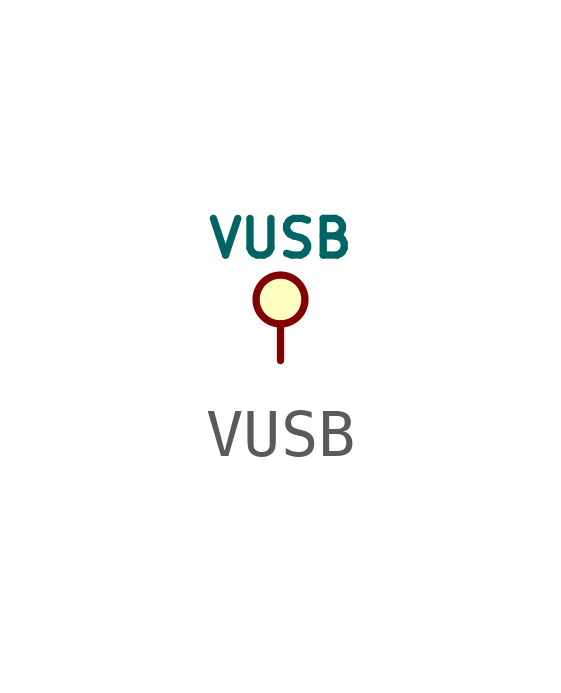
<source format=kicad_sym>
(kicad_symbol_lib
  (version 20231120)
  (generator "kicad_symbol_editor")
  (generator_version "8.0")
  (symbol "VUSB"
    (power)
    (pin_names
      (offset 0))
    (property "Reference" "#PWR"
      (at 0 2.54 0)
      (effects (font (size 0.762 0.762)) (hide yes)))
    (property "Value" "VUSB"
      (at 0 2.54 0)
      (effects (font (size 0.762 0.762))))
    (property "Footprint" ""
      (at 0 0 0)
      (effects (font (size 1.524 1.524))))
    (property "Datasheet" ""
      (at 0 0 0)
      (effects (font (size 1.524 1.524))))
    (symbol "VUSB_0_0"
      (pin power_in line (at 0 0 90) (length 0) hide (name "VUSB" (effects (font (size 0.508 0.508)))) (number "1" (effects (font (size 0.508 0.508))))))
    (symbol "VUSB_0_1"
      (polyline (pts (xy 0 0) (xy 0 0.762) (xy 0 0.762)) (stroke (width 0) (type default)) (fill (type none)))
      (circle (center 0 1.27) (radius 0.508) (stroke (width 0) (type default)) (fill (type background))))))
</source>
